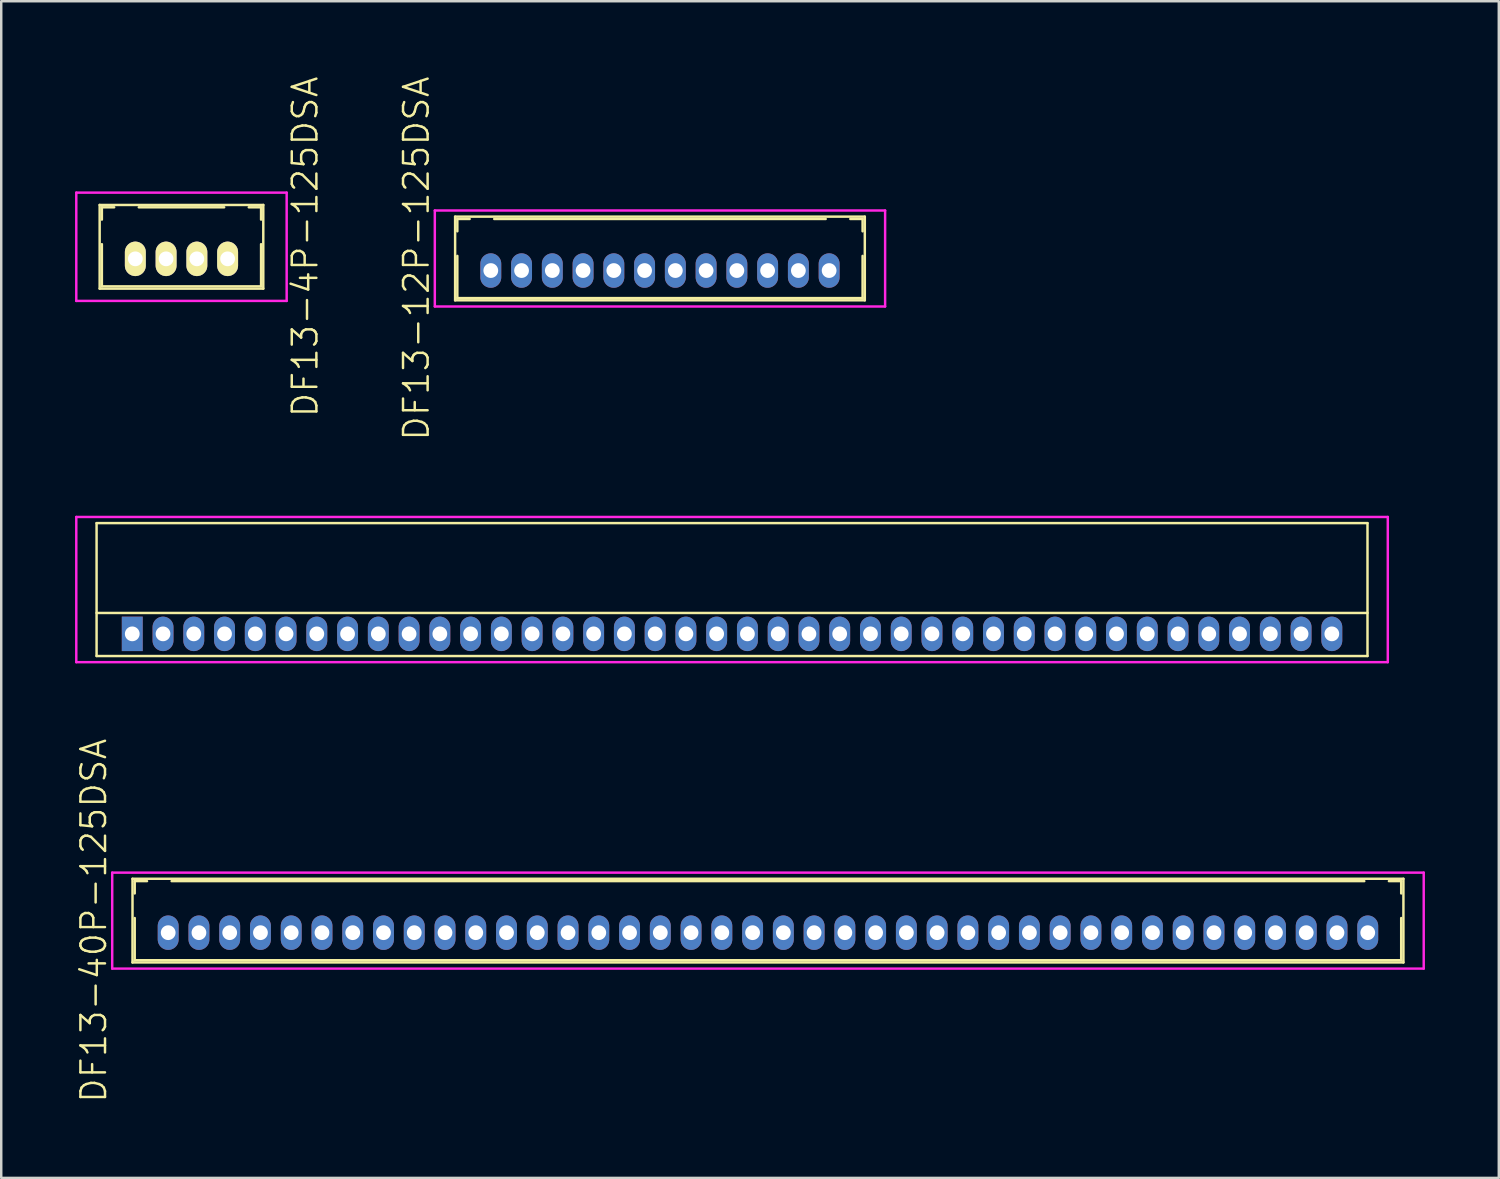
<source format=kicad_pcb>
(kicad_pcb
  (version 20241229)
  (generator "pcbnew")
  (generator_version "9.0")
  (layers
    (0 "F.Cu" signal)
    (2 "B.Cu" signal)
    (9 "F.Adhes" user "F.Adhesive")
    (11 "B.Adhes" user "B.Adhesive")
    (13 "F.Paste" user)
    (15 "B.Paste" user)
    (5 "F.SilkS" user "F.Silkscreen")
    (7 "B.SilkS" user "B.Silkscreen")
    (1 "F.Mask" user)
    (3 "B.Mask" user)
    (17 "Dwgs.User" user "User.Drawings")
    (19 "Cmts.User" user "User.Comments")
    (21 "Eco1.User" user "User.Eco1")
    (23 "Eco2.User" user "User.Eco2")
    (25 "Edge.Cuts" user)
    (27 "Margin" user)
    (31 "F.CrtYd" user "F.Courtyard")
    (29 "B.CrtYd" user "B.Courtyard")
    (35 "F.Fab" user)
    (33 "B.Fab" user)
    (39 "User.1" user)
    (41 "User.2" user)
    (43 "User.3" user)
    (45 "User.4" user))
  (footprint "DF13-4P-125DSA"
    (layer "F.Cu")
    (at 4.325 7.469)
    (property "Reference" "DF13-4P-125DSA" (at 5.025 -0.49 90) (layer "F.SilkS") (effects (font (size 1 1) (thickness 0.1))))
    (attr through_hole)
    (fp_line (start -3.325 -2.19) (end -3.325 1.21) (stroke (width 0.1) (type solid)) (layer "F.SilkS"))
    (fp_line (start -3.325 -2.19) (end 3.325 -2.19) (stroke (width 0.1) (type solid)) (layer "F.SilkS"))
    (fp_line (start -3.325 1.21) (end 3.325 1.21) (stroke (width 0.1) (type solid)) (layer "F.SilkS"))
    (fp_line (start -3.235 -2.095) (end -3.235 -1.595) (stroke (width 0.1) (type solid)) (layer "F.SilkS"))
    (fp_line (start -3.235 -2.095) (end -2.735 -2.095) (stroke (width 0.1) (type solid)) (layer "F.SilkS"))
    (fp_line (start -3.235 -0.595) (end -3.235 1.12) (stroke (width 0.1) (type solid)) (layer "F.SilkS"))
    (fp_line (start -3.235 1.12) (end 3.235 1.12) (stroke (width 0.1) (type solid)) (layer "F.SilkS"))
    (fp_line (start -1.735 -2.095) (end 1.735 -2.095) (stroke (width 0.1) (type solid)) (layer "F.SilkS"))
    (fp_line (start 2.735 -2.095) (end 3.235 -2.095) (stroke (width 0.1) (type solid)) (layer "F.SilkS"))
    (fp_line (start 3.235 -2.095) (end 3.235 -1.595) (stroke (width 0.1) (type solid)) (layer "F.SilkS"))
    (fp_line (start 3.235 -0.595) (end 3.235 1.12) (stroke (width 0.1) (type solid)) (layer "F.SilkS"))
    (fp_line (start 3.325 -2.19) (end 3.325 1.21) (stroke (width 0.1) (type solid)) (layer "F.SilkS"))
    (fp_line (start -4.275 -2.69) (end -4.275 1.71) (stroke (width 0.1) (type solid)) (layer "F.CrtYd"))
    (fp_line (start -4.275 1.71) (end 4.275 1.71) (stroke (width 0.1) (type solid)) (layer "F.CrtYd"))
    (fp_line (start 4.275 -2.69) (end -4.275 -2.69) (stroke (width 0.1) (type solid)) (layer "F.CrtYd"))
    (fp_line (start 4.275 1.71) (end 4.275 -2.69) (stroke (width 0.1) (type solid)) (layer "F.CrtYd"))
    (pad "1" thru_hole oval (at -1.875 0) (size 0.85 1.4) (drill 0.6) (layers "*.Cu" "*.Mask" "F.SilkS"))
    (pad "2" thru_hole oval (at -0.625 0) (size 0.85 1.4) (drill 0.6) (layers "*.Cu" "*.Mask" "F.SilkS"))
    (pad "3" thru_hole oval (at 0.625 0) (size 0.85 1.4) (drill 0.6) (layers "*.Cu" "*.Mask" "F.SilkS"))
    (pad "4" thru_hole oval (at 1.875 0) (size 0.85 1.4) (drill 0.6) (layers "*.Cu" "*.Mask" "F.SilkS")))
  (footprint "DF13-40P-125DSA"
    (layer "F.Cu")
    (at 28.16 34.854)
    (property "Reference" "DF13-40P-125DSA" (at -27.4 -0.49 90) (layer "F.SilkS") (effects (font (size 1 1) (thickness 0.1))))
    (attr through_hole)
    (fp_line (start -25.825 -2.19) (end -25.825 1.21) (stroke (width 0.1) (type solid)) (layer "F.SilkS"))
    (fp_line (start -25.825 -2.19) (end 25.825 -2.19) (stroke (width 0.1) (type solid)) (layer "F.SilkS"))
    (fp_line (start -25.825 1.21) (end 25.825 1.21) (stroke (width 0.1) (type solid)) (layer "F.SilkS"))
    (fp_line (start -25.735 -2.095) (end -25.735 -1.595) (stroke (width 0.1) (type solid)) (layer "F.SilkS"))
    (fp_line (start -25.735 -2.095) (end -25.235 -2.095) (stroke (width 0.1) (type solid)) (layer "F.SilkS"))
    (fp_line (start -25.735 -0.595) (end -25.735 1.12) (stroke (width 0.1) (type solid)) (layer "F.SilkS"))
    (fp_line (start -25.735 1.12) (end 25.735 1.12) (stroke (width 0.1) (type solid)) (layer "F.SilkS"))
    (fp_line (start -24.235 -2.095) (end 24.235 -2.095) (stroke (width 0.1) (type solid)) (layer "F.SilkS"))
    (fp_line (start 25.235 -2.095) (end 25.735 -2.095) (stroke (width 0.1) (type solid)) (layer "F.SilkS"))
    (fp_line (start 25.735 -2.095) (end 25.735 -1.595) (stroke (width 0.1) (type solid)) (layer "F.SilkS"))
    (fp_line (start 25.735 -0.595) (end 25.735 1.12) (stroke (width 0.1) (type solid)) (layer "F.SilkS"))
    (fp_line (start 25.825 -2.19) (end 25.825 1.21) (stroke (width 0.1) (type solid)) (layer "F.SilkS"))
    (fp_line (start -26.65 -2.44) (end -26.65 1.46) (stroke (width 0.1) (type solid)) (layer "F.CrtYd"))
    (fp_line (start -26.65 1.46) (end 26.65 1.46) (stroke (width 0.1) (type solid)) (layer "F.CrtYd"))
    (fp_line (start 26.65 -2.44) (end -26.65 -2.44) (stroke (width 0.1) (type solid)) (layer "F.CrtYd"))
    (fp_line (start 26.65 1.46) (end 26.65 -2.44) (stroke (width 0.1) (type solid)) (layer "F.CrtYd"))
    (pad "1" thru_hole oval (at -24.375 0) (size 0.85 1.4) (drill 0.6) (layers "*.Cu" "*.Mask"))
    (pad "2" thru_hole oval (at -23.125 0) (size 0.85 1.4) (drill 0.6) (layers "*.Cu" "*.Mask"))
    (pad "3" thru_hole oval (at -21.875 0) (size 0.85 1.4) (drill 0.6) (layers "*.Cu" "*.Mask"))
    (pad "4" thru_hole oval (at -20.625 0) (size 0.85 1.4) (drill 0.6) (layers "*.Cu" "*.Mask"))
    (pad "5" thru_hole oval (at -19.375 0) (size 0.85 1.4) (drill 0.6) (layers "*.Cu" "*.Mask"))
    (pad "6" thru_hole oval (at -18.125 0) (size 0.85 1.4) (drill 0.6) (layers "*.Cu" "*.Mask"))
    (pad "7" thru_hole oval (at -16.875 0) (size 0.85 1.4) (drill 0.6) (layers "*.Cu" "*.Mask"))
    (pad "8" thru_hole oval (at -15.625 0) (size 0.85 1.4) (drill 0.6) (layers "*.Cu" "*.Mask"))
    (pad "9" thru_hole oval (at -14.375 0) (size 0.85 1.4) (drill 0.6) (layers "*.Cu" "*.Mask"))
    (pad "10" thru_hole oval (at -13.125 0) (size 0.85 1.4) (drill 0.6) (layers "*.Cu" "*.Mask"))
    (pad "11" thru_hole oval (at -11.875 0) (size 0.85 1.4) (drill 0.6) (layers "*.Cu" "*.Mask"))
    (pad "12" thru_hole oval (at -10.625 0) (size 0.85 1.4) (drill 0.6) (layers "*.Cu" "*.Mask"))
    (pad "13" thru_hole oval (at -9.375 0) (size 0.85 1.4) (drill 0.6) (layers "*.Cu" "*.Mask"))
    (pad "14" thru_hole oval (at -8.125 0) (size 0.85 1.4) (drill 0.6) (layers "*.Cu" "*.Mask"))
    (pad "15" thru_hole oval (at -6.875 0) (size 0.85 1.4) (drill 0.6) (layers "*.Cu" "*.Mask"))
    (pad "16" thru_hole oval (at -5.625 0) (size 0.85 1.4) (drill 0.6) (layers "*.Cu" "*.Mask"))
    (pad "17" thru_hole oval (at -4.375 0) (size 0.85 1.4) (drill 0.6) (layers "*.Cu" "*.Mask"))
    (pad "18" thru_hole oval (at -3.125 0) (size 0.85 1.4) (drill 0.6) (layers "*.Cu" "*.Mask"))
    (pad "19" thru_hole oval (at -1.875 0) (size 0.85 1.4) (drill 0.6) (layers "*.Cu" "*.Mask"))
    (pad "20" thru_hole oval (at -0.625 0) (size 0.85 1.4) (drill 0.6) (layers "*.Cu" "*.Mask"))
    (pad "21" thru_hole oval (at 0.625 0) (size 0.85 1.4) (drill 0.6) (layers "*.Cu" "*.Mask"))
    (pad "22" thru_hole oval (at 1.875 0) (size 0.85 1.4) (drill 0.6) (layers "*.Cu" "*.Mask"))
    (pad "23" thru_hole oval (at 3.125 0) (size 0.85 1.4) (drill 0.6) (layers "*.Cu" "*.Mask"))
    (pad "24" thru_hole oval (at 4.375 0) (size 0.85 1.4) (drill 0.6) (layers "*.Cu" "*.Mask"))
    (pad "25" thru_hole oval (at 5.625 0) (size 0.85 1.4) (drill 0.6) (layers "*.Cu" "*.Mask"))
    (pad "26" thru_hole oval (at 6.875 0) (size 0.85 1.4) (drill 0.6) (layers "*.Cu" "*.Mask"))
    (pad "27" thru_hole oval (at 8.125 0) (size 0.85 1.4) (drill 0.6) (layers "*.Cu" "*.Mask"))
    (pad "28" thru_hole oval (at 9.375 0) (size 0.85 1.4) (drill 0.6) (layers "*.Cu" "*.Mask"))
    (pad "29" thru_hole oval (at 10.625 0) (size 0.85 1.4) (drill 0.6) (layers "*.Cu" "*.Mask"))
    (pad "30" thru_hole oval (at 11.875 0) (size 0.85 1.4) (drill 0.6) (layers "*.Cu" "*.Mask"))
    (pad "31" thru_hole oval (at 13.125 0) (size 0.85 1.4) (drill 0.6) (layers "*.Cu" "*.Mask"))
    (pad "32" thru_hole oval (at 14.375 0) (size 0.85 1.4) (drill 0.6) (layers "*.Cu" "*.Mask"))
    (pad "33" thru_hole oval (at 15.625 0) (size 0.85 1.4) (drill 0.6) (layers "*.Cu" "*.Mask"))
    (pad "34" thru_hole oval (at 16.875 0) (size 0.85 1.4) (drill 0.6) (layers "*.Cu" "*.Mask"))
    (pad "35" thru_hole oval (at 18.125 0) (size 0.85 1.4) (drill 0.6) (layers "*.Cu" "*.Mask"))
    (pad "36" thru_hole oval (at 19.375 0) (size 0.85 1.4) (drill 0.6) (layers "*.Cu" "*.Mask"))
    (pad "37" thru_hole oval (at 20.625 0) (size 0.85 1.4) (drill 0.6) (layers "*.Cu" "*.Mask"))
    (pad "38" thru_hole oval (at 21.875 0) (size 0.85 1.4) (drill 0.6) (layers "*.Cu" "*.Mask"))
    (pad "39" thru_hole oval (at 23.125 0) (size 0.85 1.4) (drill 0.6) (layers "*.Cu" "*.Mask"))
    (pad "40" thru_hole oval (at 24.375 0) (size 0.85 1.4) (drill 0.6) (layers "*.Cu" "*.Mask")))
  (footprint "DF13-12P-125DSA"
    (layer "F.Cu")
    (at 23.771 7.945)
    (property "Reference" "DF13-12P-125DSA" (at -9.9 -0.49 90) (layer "F.SilkS") (effects (font (size 1 1) (thickness 0.1))))
    (attr through_hole)
    (fp_line (start -8.325 -2.19) (end -8.325 1.21) (stroke (width 0.1) (type solid)) (layer "F.SilkS"))
    (fp_line (start -8.325 -2.19) (end 8.325 -2.19) (stroke (width 0.1) (type solid)) (layer "F.SilkS"))
    (fp_line (start -8.325 1.21) (end 8.325 1.21) (stroke (width 0.1) (type solid)) (layer "F.SilkS"))
    (fp_line (start -8.235 -2.095) (end -8.235 -1.595) (stroke (width 0.1) (type solid)) (layer "F.SilkS"))
    (fp_line (start -8.235 -2.095) (end -7.735 -2.095) (stroke (width 0.1) (type solid)) (layer "F.SilkS"))
    (fp_line (start -8.235 -0.595) (end -8.235 1.12) (stroke (width 0.1) (type solid)) (layer "F.SilkS"))
    (fp_line (start -8.235 1.12) (end 8.235 1.12) (stroke (width 0.1) (type solid)) (layer "F.SilkS"))
    (fp_line (start -6.735 -2.095) (end 6.735 -2.095) (stroke (width 0.1) (type solid)) (layer "F.SilkS"))
    (fp_line (start 7.735 -2.095) (end 8.235 -2.095) (stroke (width 0.1) (type solid)) (layer "F.SilkS"))
    (fp_line (start 8.235 -2.095) (end 8.235 -1.595) (stroke (width 0.1) (type solid)) (layer "F.SilkS"))
    (fp_line (start 8.235 -0.595) (end 8.235 1.12) (stroke (width 0.1) (type solid)) (layer "F.SilkS"))
    (fp_line (start 8.325 -2.19) (end 8.325 1.21) (stroke (width 0.1) (type solid)) (layer "F.SilkS"))
    (fp_line (start -9.15 -2.44) (end -9.15 1.46) (stroke (width 0.1) (type solid)) (layer "F.CrtYd"))
    (fp_line (start -9.15 1.46) (end 9.15 1.46) (stroke (width 0.1) (type solid)) (layer "F.CrtYd"))
    (fp_line (start 9.15 -2.44) (end -9.15 -2.44) (stroke (width 0.1) (type solid)) (layer "F.CrtYd"))
    (fp_line (start 9.15 1.46) (end 9.15 -2.44) (stroke (width 0.1) (type solid)) (layer "F.CrtYd"))
    (pad "1" thru_hole oval (at -6.875 0) (size 0.85 1.4) (drill 0.6) (layers "*.Cu" "*.Mask"))
    (pad "2" thru_hole oval (at -5.625 0) (size 0.85 1.4) (drill 0.6) (layers "*.Cu" "*.Mask"))
    (pad "3" thru_hole oval (at -4.375 0) (size 0.85 1.4) (drill 0.6) (layers "*.Cu" "*.Mask"))
    (pad "4" thru_hole oval (at -3.125 0) (size 0.85 1.4) (drill 0.6) (layers "*.Cu" "*.Mask"))
    (pad "5" thru_hole oval (at -1.875 0) (size 0.85 1.4) (drill 0.6) (layers "*.Cu" "*.Mask"))
    (pad "6" thru_hole oval (at -0.625 0) (size 0.85 1.4) (drill 0.6) (layers "*.Cu" "*.Mask"))
    (pad "7" thru_hole oval (at 0.625 0) (size 0.85 1.4) (drill 0.6) (layers "*.Cu" "*.Mask"))
    (pad "8" thru_hole oval (at 1.875 0) (size 0.85 1.4) (drill 0.6) (layers "*.Cu" "*.Mask"))
    (pad "9" thru_hole oval (at 3.125 0) (size 0.85 1.4) (drill 0.6) (layers "*.Cu" "*.Mask"))
    (pad "10" thru_hole oval (at 4.375 0) (size 0.85 1.4) (drill 0.6) (layers "*.Cu" "*.Mask"))
    (pad "11" thru_hole oval (at 5.625 0) (size 0.85 1.4) (drill 0.6) (layers "*.Cu" "*.Mask"))
    (pad "12" thru_hole oval (at 6.875 0) (size 0.85 1.4) (drill 0.6) (layers "*.Cu" "*.Mask")))
  (footprint "DF13-40P-125DS"
    (layer "F.Cu")
    (at 26.7 22.71)
    (property "Reference" "DF13-40P-125DS" (at 0 -1.8 0) (layer "User.1") (effects (font (size 1 1) (thickness 0.1))))
    (attr through_hole)
    (fp_line (start -25.825 -4.5) (end -25.825 0.9) (stroke (width 0.1) (type solid)) (layer "F.SilkS"))
    (fp_line (start -25.825 -4.5) (end 25.825 -4.5) (stroke (width 0.1) (type solid)) (layer "F.SilkS"))
    (fp_line (start -25.825 -0.85) (end 25.825 -0.85) (stroke (width 0.1) (type solid)) (layer "F.SilkS"))
    (fp_line (start -25.825 0.9) (end 25.825 0.9) (stroke (width 0.1) (type solid)) (layer "F.SilkS"))
    (fp_line (start 25.825 -4.5) (end 25.825 0.9) (stroke (width 0.1) (type solid)) (layer "F.SilkS"))
    (fp_line (start -26.65 -4.75) (end -26.65 1.15) (stroke (width 0.1) (type solid)) (layer "F.CrtYd"))
    (fp_line (start -26.65 1.15) (end 26.65 1.15) (stroke (width 0.1) (type solid)) (layer "F.CrtYd"))
    (fp_line (start 26.65 -4.75) (end -26.65 -4.75) (stroke (width 0.1) (type solid)) (layer "F.CrtYd"))
    (fp_line (start 26.65 1.15) (end 26.65 -4.75) (stroke (width 0.1) (type solid)) (layer "F.CrtYd"))
    (pad "1" thru_hole rect (at -24.375 0) (size 0.85 1.4) (drill 0.6) (layers "*.Cu" "*.Mask"))
    (pad "2" thru_hole oval (at -23.125 0) (size 0.85 1.4) (drill 0.6) (layers "*.Cu" "*.Mask"))
    (pad "3" thru_hole oval (at -21.875 0) (size 0.85 1.4) (drill 0.6) (layers "*.Cu" "*.Mask"))
    (pad "4" thru_hole oval (at -20.625 0) (size 0.85 1.4) (drill 0.6) (layers "*.Cu" "*.Mask"))
    (pad "5" thru_hole oval (at -19.375 0) (size 0.85 1.4) (drill 0.6) (layers "*.Cu" "*.Mask"))
    (pad "6" thru_hole oval (at -18.125 0) (size 0.85 1.4) (drill 0.6) (layers "*.Cu" "*.Mask"))
    (pad "7" thru_hole oval (at -16.875 0) (size 0.85 1.4) (drill 0.6) (layers "*.Cu" "*.Mask"))
    (pad "8" thru_hole oval (at -15.625 0) (size 0.85 1.4) (drill 0.6) (layers "*.Cu" "*.Mask"))
    (pad "9" thru_hole oval (at -14.375 0) (size 0.85 1.4) (drill 0.6) (layers "*.Cu" "*.Mask"))
    (pad "10" thru_hole oval (at -13.125 0) (size 0.85 1.4) (drill 0.6) (layers "*.Cu" "*.Mask"))
    (pad "11" thru_hole oval (at -11.875 0) (size 0.85 1.4) (drill 0.6) (layers "*.Cu" "*.Mask"))
    (pad "12" thru_hole oval (at -10.625 0) (size 0.85 1.4) (drill 0.6) (layers "*.Cu" "*.Mask"))
    (pad "13" thru_hole oval (at -9.375 0) (size 0.85 1.4) (drill 0.6) (layers "*.Cu" "*.Mask"))
    (pad "14" thru_hole oval (at -8.125 0) (size 0.85 1.4) (drill 0.6) (layers "*.Cu" "*.Mask"))
    (pad "15" thru_hole oval (at -6.875 0) (size 0.85 1.4) (drill 0.6) (layers "*.Cu" "*.Mask"))
    (pad "16" thru_hole oval (at -5.625 0) (size 0.85 1.4) (drill 0.6) (layers "*.Cu" "*.Mask"))
    (pad "17" thru_hole oval (at -4.375 0) (size 0.85 1.4) (drill 0.6) (layers "*.Cu" "*.Mask"))
    (pad "18" thru_hole oval (at -3.125 0) (size 0.85 1.4) (drill 0.6) (layers "*.Cu" "*.Mask"))
    (pad "19" thru_hole oval (at -1.875 0) (size 0.85 1.4) (drill 0.6) (layers "*.Cu" "*.Mask"))
    (pad "20" thru_hole oval (at -0.625 0) (size 0.85 1.4) (drill 0.6) (layers "*.Cu" "*.Mask"))
    (pad "21" thru_hole oval (at 0.625 0) (size 0.85 1.4) (drill 0.6) (layers "*.Cu" "*.Mask"))
    (pad "22" thru_hole oval (at 1.875 0) (size 0.85 1.4) (drill 0.6) (layers "*.Cu" "*.Mask"))
    (pad "23" thru_hole oval (at 3.125 0) (size 0.85 1.4) (drill 0.6) (layers "*.Cu" "*.Mask"))
    (pad "24" thru_hole oval (at 4.375 0) (size 0.85 1.4) (drill 0.6) (layers "*.Cu" "*.Mask"))
    (pad "25" thru_hole oval (at 5.625 0) (size 0.85 1.4) (drill 0.6) (layers "*.Cu" "*.Mask"))
    (pad "26" thru_hole oval (at 6.875 0) (size 0.85 1.4) (drill 0.6) (layers "*.Cu" "*.Mask"))
    (pad "27" thru_hole oval (at 8.125 0) (size 0.85 1.4) (drill 0.6) (layers "*.Cu" "*.Mask"))
    (pad "28" thru_hole oval (at 9.375 0) (size 0.85 1.4) (drill 0.6) (layers "*.Cu" "*.Mask"))
    (pad "29" thru_hole oval (at 10.625 0) (size 0.85 1.4) (drill 0.6) (layers "*.Cu" "*.Mask"))
    (pad "30" thru_hole oval (at 11.875 0) (size 0.85 1.4) (drill 0.6) (layers "*.Cu" "*.Mask"))
    (pad "31" thru_hole oval (at 13.125 0) (size 0.85 1.4) (drill 0.6) (layers "*.Cu" "*.Mask"))
    (pad "32" thru_hole oval (at 14.375 0) (size 0.85 1.4) (drill 0.6) (layers "*.Cu" "*.Mask"))
    (pad "33" thru_hole oval (at 15.625 0) (size 0.85 1.4) (drill 0.6) (layers "*.Cu" "*.Mask"))
    (pad "34" thru_hole oval (at 16.875 0) (size 0.85 1.4) (drill 0.6) (layers "*.Cu" "*.Mask"))
    (pad "35" thru_hole oval (at 18.125 0) (size 0.85 1.4) (drill 0.6) (layers "*.Cu" "*.Mask"))
    (pad "36" thru_hole oval (at 19.375 0) (size 0.85 1.4) (drill 0.6) (layers "*.Cu" "*.Mask"))
    (pad "37" thru_hole oval (at 20.625 0) (size 0.85 1.4) (drill 0.6) (layers "*.Cu" "*.Mask"))
    (pad "38" thru_hole oval (at 21.875 0) (size 0.85 1.4) (drill 0.6) (layers "*.Cu" "*.Mask"))
    (pad "39" thru_hole oval (at 23.125 0) (size 0.85 1.4) (drill 0.6) (layers "*.Cu" "*.Mask"))
    (pad "40" thru_hole oval (at 24.375 0) (size 0.85 1.4) (drill 0.6) (layers "*.Cu" "*.Mask")))
  (gr_rect
    (start -3 -3)
    (end 57.861 44.819)
    (stroke (width 0.1) (type default))
    (fill no)
    (layer "Edge.Cuts")))
</source>
